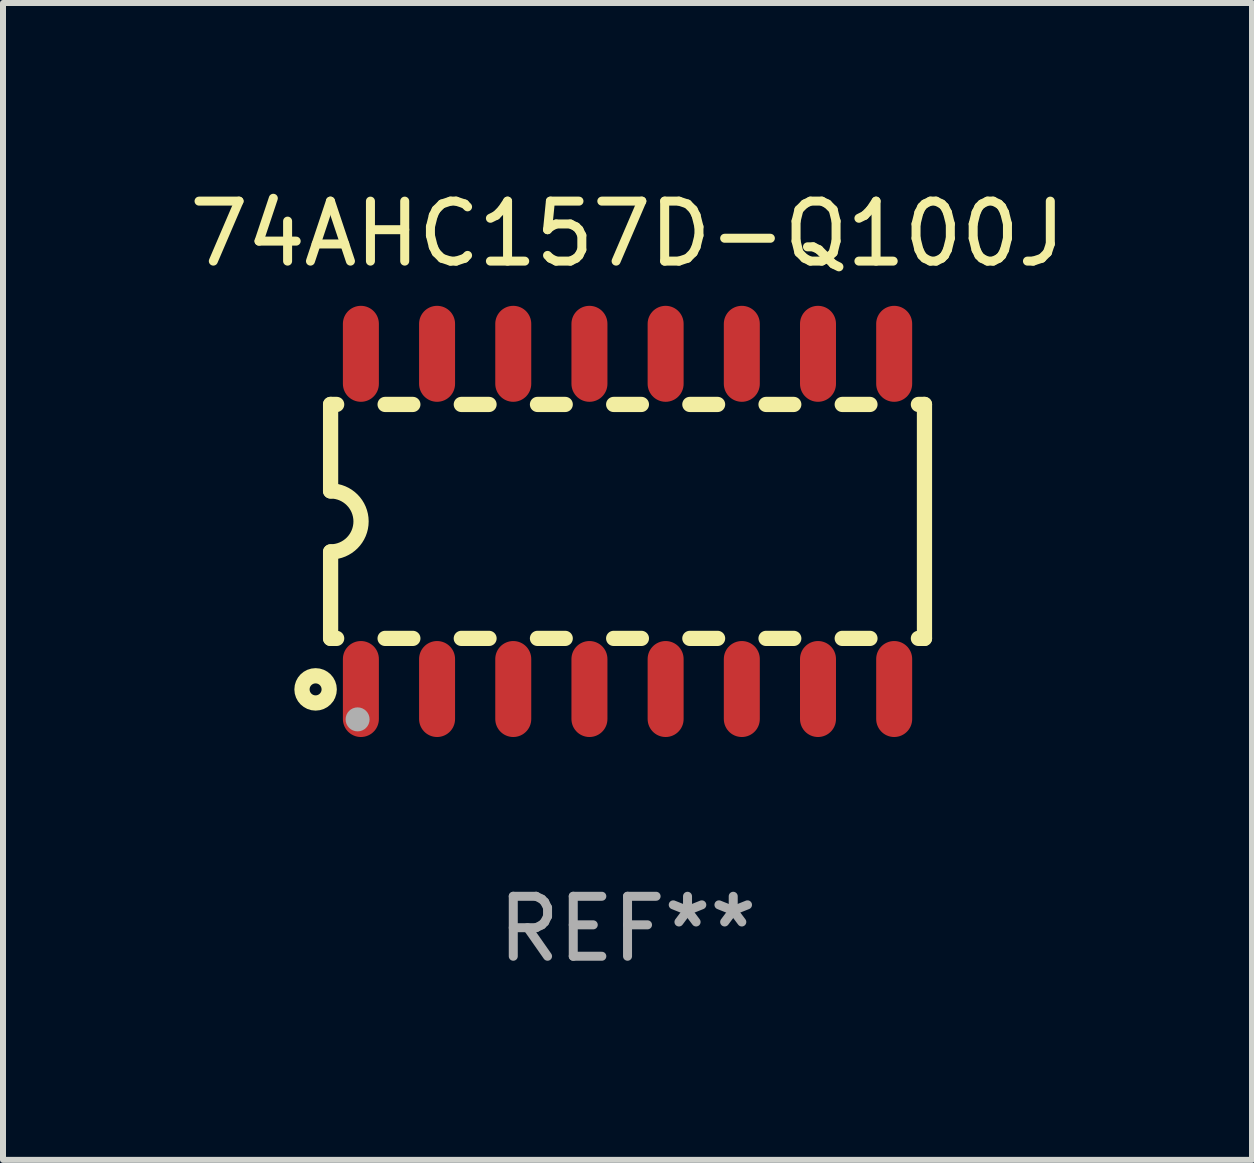
<source format=kicad_pcb>
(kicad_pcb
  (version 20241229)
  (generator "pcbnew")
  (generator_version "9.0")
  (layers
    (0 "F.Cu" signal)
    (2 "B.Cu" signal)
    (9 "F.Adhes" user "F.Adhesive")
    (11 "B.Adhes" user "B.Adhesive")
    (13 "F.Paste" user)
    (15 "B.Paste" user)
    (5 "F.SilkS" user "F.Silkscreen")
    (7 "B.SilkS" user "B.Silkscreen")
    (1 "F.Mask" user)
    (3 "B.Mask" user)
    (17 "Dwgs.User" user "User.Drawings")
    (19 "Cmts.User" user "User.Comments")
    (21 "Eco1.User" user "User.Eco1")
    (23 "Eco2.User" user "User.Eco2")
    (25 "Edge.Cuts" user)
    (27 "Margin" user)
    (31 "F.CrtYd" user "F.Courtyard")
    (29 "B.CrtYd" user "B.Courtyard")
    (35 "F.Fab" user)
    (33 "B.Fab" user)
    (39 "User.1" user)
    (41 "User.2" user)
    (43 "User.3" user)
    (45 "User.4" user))
  (footprint "74AHC157D-Q100J"
    (layer "F.Cu")
    (at 7.411 5.642)
    (property "Reference" "74AHC157D-Q100J" (at 0 -4.794 0) (layer "F.SilkS") (effects (font (size 1 1) (thickness 0.15))))
    (attr through_hole)
    (fp_line (start -4.95 -1.95) (end -4.95 -0.508) (stroke (width 0.254) (type solid)) (layer "F.SilkS"))
    (fp_line (start -4.95 -1.95) (end -4.849 -1.95) (stroke (width 0.254) (type solid)) (layer "F.SilkS"))
    (fp_line (start -4.95 1.95) (end -4.95 0.508) (stroke (width 0.254) (type solid)) (layer "F.SilkS"))
    (fp_line (start -4.95 1.95) (end -4.849 1.95) (stroke (width 0.254) (type solid)) (layer "F.SilkS"))
    (fp_line (start -4.041 -1.95) (end -3.579 -1.95) (stroke (width 0.254) (type solid)) (layer "F.SilkS"))
    (fp_line (start -4.041 1.95) (end -3.579 1.95) (stroke (width 0.254) (type solid)) (layer "F.SilkS"))
    (fp_line (start -2.771 -1.95) (end -2.309 -1.95) (stroke (width 0.254) (type solid)) (layer "F.SilkS"))
    (fp_line (start -2.771 1.95) (end -2.309 1.95) (stroke (width 0.254) (type solid)) (layer "F.SilkS"))
    (fp_line (start -1.501 -1.95) (end -1.039 -1.95) (stroke (width 0.254) (type solid)) (layer "F.SilkS"))
    (fp_line (start -1.501 1.95) (end -1.039 1.95) (stroke (width 0.254) (type solid)) (layer "F.SilkS"))
    (fp_line (start -0.231 -1.95) (end 0.231 -1.95) (stroke (width 0.254) (type solid)) (layer "F.SilkS"))
    (fp_line (start -0.231 1.95) (end 0.231 1.95) (stroke (width 0.254) (type solid)) (layer "F.SilkS"))
    (fp_line (start 1.039 -1.95) (end 1.501 -1.95) (stroke (width 0.254) (type solid)) (layer "F.SilkS"))
    (fp_line (start 1.039 1.95) (end 1.501 1.95) (stroke (width 0.254) (type solid)) (layer "F.SilkS"))
    (fp_line (start 2.309 -1.95) (end 2.771 -1.95) (stroke (width 0.254) (type solid)) (layer "F.SilkS"))
    (fp_line (start 2.309 1.95) (end 2.771 1.95) (stroke (width 0.254) (type solid)) (layer "F.SilkS"))
    (fp_line (start 3.579 -1.95) (end 4.041 -1.95) (stroke (width 0.254) (type solid)) (layer "F.SilkS"))
    (fp_line (start 3.579 1.95) (end 4.041 1.95) (stroke (width 0.254) (type solid)) (layer "F.SilkS"))
    (fp_line (start 4.849 -1.95) (end 4.95 -1.95) (stroke (width 0.254) (type solid)) (layer "F.SilkS"))
    (fp_line (start 4.849 1.95) (end 4.95 1.95) (stroke (width 0.254) (type solid)) (layer "F.SilkS"))
    (fp_line (start 4.95 -1.95) (end 4.95 1.95) (stroke (width 0.254) (type solid)) (layer "F.SilkS"))
    (fp_arc (start -4.95047 -0.508001) (mid -4.442469 -0.000228) (end -4.950013 0.508001) (stroke (width 0.254001) (type solid)) (layer "F.SilkS"))
    (fp_circle (center -5.2 2.8) (end -5.1 2.8) (stroke (width 0.254) (type solid)) (fill no) (layer "F.SilkS"))
    (fp_circle (center -4.95 2.947) (end -4.92 2.947) (stroke (width 0.06) (type solid)) (fill no) (layer "F.SilkS"))
    (fp_circle (center -4.5 3.3) (end -4.4 3.3) (stroke (width 0.2) (type solid)) (fill no) (layer "F.Fab"))
    (fp_text user "REF**" (at 0 6.794 0) (layer "F.Fab") (effects (font (size 1 1) (thickness 0.15))))
    (pad "1" smd oval (at -4.445 2.794) (size 0.6 1.6) (layers "F.Cu" "F.Mask" "F.Paste"))
    (pad "2" smd oval (at -3.175 2.794) (size 0.6 1.6) (layers "F.Cu" "F.Mask" "F.Paste"))
    (pad "3" smd oval (at -1.905 2.794) (size 0.6 1.6) (layers "F.Cu" "F.Mask" "F.Paste"))
    (pad "4" smd oval (at -0.635 2.794) (size 0.6 1.6) (layers "F.Cu" "F.Mask" "F.Paste"))
    (pad "5" smd oval (at 0.635 2.794) (size 0.6 1.6) (layers "F.Cu" "F.Mask" "F.Paste"))
    (pad "6" smd oval (at 1.905 2.794) (size 0.6 1.6) (layers "F.Cu" "F.Mask" "F.Paste"))
    (pad "7" smd oval (at 3.175 2.794) (size 0.6 1.6) (layers "F.Cu" "F.Mask" "F.Paste"))
    (pad "8" smd oval (at 4.445 2.794) (size 0.6 1.6) (layers "F.Cu" "F.Mask" "F.Paste"))
    (pad "9" smd oval (at 4.445 -2.794) (size 0.6 1.6) (layers "F.Cu" "F.Mask" "F.Paste"))
    (pad "10" smd oval (at 3.175 -2.794) (size 0.6 1.6) (layers "F.Cu" "F.Mask" "F.Paste"))
    (pad "11" smd oval (at 1.905 -2.794) (size 0.6 1.6) (layers "F.Cu" "F.Mask" "F.Paste"))
    (pad "12" smd oval (at 0.635 -2.794) (size 0.6 1.6) (layers "F.Cu" "F.Mask" "F.Paste"))
    (pad "13" smd oval (at -0.635 -2.794) (size 0.6 1.6) (layers "F.Cu" "F.Mask" "F.Paste"))
    (pad "14" smd oval (at -1.905 -2.794) (size 0.6 1.6) (layers "F.Cu" "F.Mask" "F.Paste"))
    (pad "15" smd oval (at -3.175 -2.794) (size 0.6 1.6) (layers "F.Cu" "F.Mask" "F.Paste"))
    (pad "16" smd oval (at -4.445 -2.794) (size 0.6 1.6) (layers "F.Cu" "F.Mask" "F.Paste")))
  (gr_rect
    (start -3 -3)
    (end 17.821 16.285)
    (stroke (width 0.1) (type default))
    (fill no)
    (layer "Edge.Cuts")))
</source>
